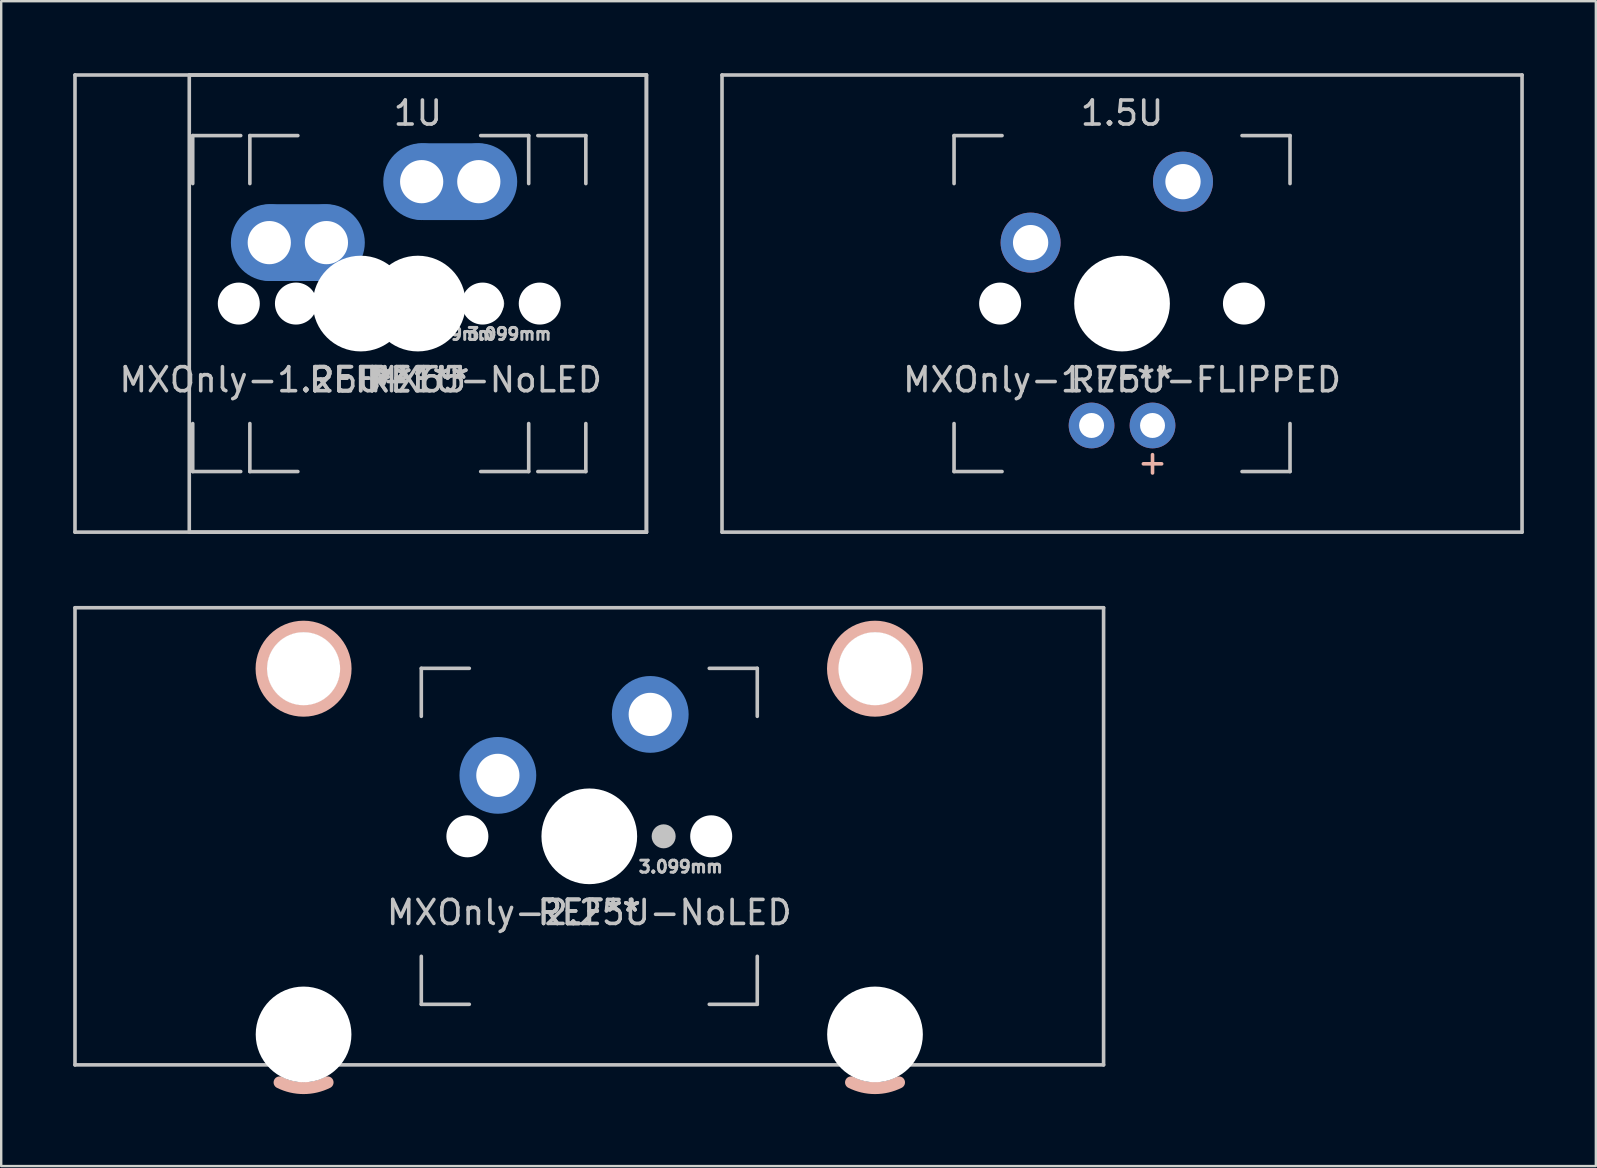
<source format=kicad_pcb>
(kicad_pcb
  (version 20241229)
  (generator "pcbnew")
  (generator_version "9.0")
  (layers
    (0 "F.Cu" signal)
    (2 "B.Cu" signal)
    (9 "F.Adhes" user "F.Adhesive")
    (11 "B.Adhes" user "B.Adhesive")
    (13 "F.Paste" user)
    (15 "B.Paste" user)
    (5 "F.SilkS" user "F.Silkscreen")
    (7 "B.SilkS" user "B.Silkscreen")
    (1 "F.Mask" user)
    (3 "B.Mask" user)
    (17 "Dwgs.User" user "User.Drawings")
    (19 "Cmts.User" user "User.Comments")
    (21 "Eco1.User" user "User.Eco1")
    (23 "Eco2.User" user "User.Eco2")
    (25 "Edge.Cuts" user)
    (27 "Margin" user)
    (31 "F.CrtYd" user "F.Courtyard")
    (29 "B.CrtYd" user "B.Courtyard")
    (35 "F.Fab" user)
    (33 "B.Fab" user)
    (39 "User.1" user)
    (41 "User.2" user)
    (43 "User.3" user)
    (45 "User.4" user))
  (footprint "MXOnly-1.75U-FLIPPED"
    (layer "F.Cu")
    (at 43.706 9.6)
    (property "Reference" "MXOnly-1.75U-FLIPPED" (at 0 3.175 0) (layer "Dwgs.User") (effects (font (size 1 1) (thickness 0.15))))
    (attr through_hole)
    (fp_line (start -16.669 -9.525) (end 16.669 -9.525) (stroke (width 0.15) (type solid)) (layer "Dwgs.User"))
    (fp_line (start -16.669 9.525) (end -16.669 -9.525) (stroke (width 0.15) (type solid)) (layer "Dwgs.User"))
    (fp_line (start -16.669 9.525) (end 16.669 9.525) (stroke (width 0.15) (type solid)) (layer "Dwgs.User"))
    (fp_line (start -7 -7) (end -7 -5) (stroke (width 0.15) (type solid)) (layer "Dwgs.User"))
    (fp_line (start -7 5) (end -7 7) (stroke (width 0.15) (type solid)) (layer "Dwgs.User"))
    (fp_line (start -7 7) (end -5 7) (stroke (width 0.15) (type solid)) (layer "Dwgs.User"))
    (fp_line (start -5 -7) (end -7 -7) (stroke (width 0.15) (type solid)) (layer "Dwgs.User"))
    (fp_line (start 5 -7) (end 7 -7) (stroke (width 0.15) (type solid)) (layer "Dwgs.User"))
    (fp_line (start 5 7) (end 7 7) (stroke (width 0.15) (type solid)) (layer "Dwgs.User"))
    (fp_line (start 7 -7) (end 7 -5) (stroke (width 0.15) (type solid)) (layer "Dwgs.User"))
    (fp_line (start 7 7) (end 7 5) (stroke (width 0.15) (type solid)) (layer "Dwgs.User"))
    (fp_line (start 16.669 -9.525) (end 16.669 9.525) (stroke (width 0.15) (type solid)) (layer "Dwgs.User"))
    (fp_text user "+" (at 1.27 6.604 0) (layer "B.SilkS") (effects (font (size 1 1) (thickness 0.15))))
    (fp_text user "1.5U" (at 0 -7.938 0) (layer "Dwgs.User") (effects (font (size 1 1) (thickness 0.15))))
    (fp_text user "REF**" (at 0 3.175 0) (layer "Dwgs.User") (effects (font (size 1 1) (thickness 0.15))))
    (pad "" np_thru_hole circle (at -5.08 0 48.1) (size 1.75 1.75) (drill 1.75) (layers "*.Cu" "*.Mask"))
    (pad "" np_thru_hole circle (at 0 0) (size 3.988 3.988) (drill 3.988) (layers "*.Cu" "*.Mask"))
    (pad "" np_thru_hole circle (at 5.08 0 48.1) (size 1.75 1.75) (drill 1.75) (layers "*.Cu" "*.Mask"))
    (pad "1" thru_hole circle (at -3.81 -2.54) (size 2.5 2.5) (drill 1.47) (layers "*.Cu" "B.Mask"))
    (pad "2" thru_hole circle (at 2.54 -5.08) (size 2.5 2.5) (drill 1.47) (layers "*.Cu" "B.Mask"))
    (pad "3" thru_hole circle (at 1.27 5.08) (size 1.905 1.905) (drill 1.04) (layers "*.Cu" "*.Mask"))
    (pad "4" thru_hole circle (at -1.27 5.08) (size 1.905 1.905) (drill 1.04) (layers "*.Cu" "*.Mask")))
  (footprint "MXOnly-1.25U-1U-NoLED"
    (layer "F.Cu")
    (at 11.981 9.6)
    (property "Reference" "MXOnly-1.25U-1U-NoLED" (at 0 3.175 0) (layer "Dwgs.User") (effects (font (size 1 1) (thickness 0.15))))
    (attr through_hole)
    (fp_line (start -11.906 -9.525) (end 11.906 -9.525) (stroke (width 0.15) (type solid)) (layer "Dwgs.User"))
    (fp_line (start -11.906 9.525) (end -11.906 -9.525) (stroke (width 0.15) (type solid)) (layer "Dwgs.User"))
    (fp_line (start -11.906 9.525) (end 11.906 9.525) (stroke (width 0.15) (type solid)) (layer "Dwgs.User"))
    (fp_line (start -7.144 -9.525) (end 11.906 -9.525) (stroke (width 0.15) (type solid)) (layer "Dwgs.User"))
    (fp_line (start -7.144 9.525) (end -7.144 -9.525) (stroke (width 0.15) (type solid)) (layer "Dwgs.User"))
    (fp_line (start -7 -7) (end -7 -5) (stroke (width 0.15) (type solid)) (layer "Dwgs.User"))
    (fp_line (start -7 5) (end -7 7) (stroke (width 0.15) (type solid)) (layer "Dwgs.User"))
    (fp_line (start -7 7) (end -5 7) (stroke (width 0.15) (type solid)) (layer "Dwgs.User"))
    (fp_line (start -5 -7) (end -7 -7) (stroke (width 0.15) (type solid)) (layer "Dwgs.User"))
    (fp_line (start -4.619 -7) (end -4.619 -5) (stroke (width 0.15) (type solid)) (layer "Dwgs.User"))
    (fp_line (start -4.619 5) (end -4.619 7) (stroke (width 0.15) (type solid)) (layer "Dwgs.User"))
    (fp_line (start -4.619 7) (end -2.619 7) (stroke (width 0.15) (type solid)) (layer "Dwgs.User"))
    (fp_line (start -2.619 -7) (end -4.619 -7) (stroke (width 0.15) (type solid)) (layer "Dwgs.User"))
    (fp_line (start 5 -7) (end 7 -7) (stroke (width 0.15) (type solid)) (layer "Dwgs.User"))
    (fp_line (start 5 7) (end 7 7) (stroke (width 0.15) (type solid)) (layer "Dwgs.User"))
    (fp_line (start 7 -7) (end 7 -5) (stroke (width 0.15) (type solid)) (layer "Dwgs.User"))
    (fp_line (start 7 7) (end 7 5) (stroke (width 0.15) (type solid)) (layer "Dwgs.User"))
    (fp_line (start 7.381 -7) (end 9.381 -7) (stroke (width 0.15) (type solid)) (layer "Dwgs.User"))
    (fp_line (start 7.381 7) (end 9.381 7) (stroke (width 0.15) (type solid)) (layer "Dwgs.User"))
    (fp_line (start 9.381 -7) (end 9.381 -5) (stroke (width 0.15) (type solid)) (layer "Dwgs.User"))
    (fp_line (start 9.381 7) (end 9.381 5) (stroke (width 0.15) (type solid)) (layer "Dwgs.User"))
    (fp_line (start 11.906 -9.525) (end 11.906 9.525) (stroke (width 0.15) (type solid)) (layer "Dwgs.User"))
    (fp_line (start 11.906 -9.525) (end 11.906 9.525) (stroke (width 0.15) (type solid)) (layer "Dwgs.User"))
    (fp_line (start 11.906 9.525) (end -7.144 9.525) (stroke (width 0.15) (type solid)) (layer "Dwgs.User"))
    (fp_text user "MX65" (at 2.381 3.175 180) (layer "Dwgs.User") (effects (font (size 1 1) (thickness 0.15))))
    (fp_text user "3.099mm" (at 6.191 1.27 180) (layer "Dwgs.User") (effects (font (size 0.5 0.5) (thickness 0.125))))
    (fp_text user "REF**" (at 0 3.175 0) (layer "Dwgs.User") (effects (font (size 1 1) (thickness 0.15))))
    (fp_text user "REF**" (at 0 3.175 0) (layer "Dwgs.User") (effects (font (size 1 1) (thickness 0.15))))
    (fp_text user "REF**" (at 2.381 3.175 180) (layer "Dwgs.User") (effects (font (size 1 1) (thickness 0.15))))
    (fp_text user "1U" (at 2.381 -7.938 180) (layer "Dwgs.User") (effects (font (size 1 1) (thickness 0.15))))
    (fp_text user "REF**" (at 2.381 3.175 180) (layer "Dwgs.User") (effects (font (size 1 1) (thickness 0.15))))
    (fp_text user "3.099mm" (at 3.81 1.27 0) (layer "Dwgs.User") (effects (font (size 0.5 0.5) (thickness 0.125))))
    (pad "" np_thru_hole circle (at -5.08 0 48.1) (size 1.75 1.75) (drill 1.75) (layers "*.Cu" "*.Mask"))
    (pad "" smd circle (at -3.81 -2.54) (size 2.8 2.8) (layers "B.Mask"))
    (pad "" np_thru_hole circle (at -2.699 0 48.1) (size 1.75 1.75) (drill 1.75) (layers "*.Cu" "*.Mask"))
    (pad "" smd circle (at -1.429 -2.54) (size 2.8 2.8) (layers "B.Mask"))
    (pad "" np_thru_hole circle (at 0 0) (size 3.988 3.988) (drill 3.988) (layers "*.Cu" "*.Mask"))
    (pad "" np_thru_hole circle (at 2.381 0) (size 3.988 3.988) (drill 3.988) (layers "*.Cu" "*.Mask"))
    (pad "" smd circle (at 2.54 -5.08) (size 2.8 2.8) (layers "B.Mask"))
    (pad "" smd circle (at 3.099 0) (size 1 1) (layers "Dwgs.User"))
    (pad "" smd circle (at 4.921 -5.08) (size 2.8 2.8) (layers "B.Mask"))
    (pad "" np_thru_hole circle (at 5.08 0 48.1) (size 1.75 1.75) (drill 1.75) (layers "*.Cu" "*.Mask"))
    (pad "" smd circle (at 5.48 0) (size 1 1) (layers "Dwgs.User"))
    (pad "" np_thru_hole circle (at 7.461 0 48.1) (size 1.75 1.75) (drill 1.75) (layers "*.Cu" "*.Mask"))
    (pad "1" thru_hole circle (at -3.81 -2.54) (size 2.4 2.4) (drill 1.8) (layers "*.Cu"))
    (pad "1" smd circle (at -3.81 -2.54) (size 3.2 3.2) (layers "B.Cu"))
    (pad "1" smd oval (at -2.619 -2.54) (size 5.4 3.2) (layers "B.Cu"))
    (pad "1" thru_hole circle (at -1.429 -2.54) (size 2.4 2.4) (drill 1.8) (layers "*.Cu"))
    (pad "1" smd circle (at -1.429 -2.54) (size 3.2 3.2) (layers "B.Cu"))
    (pad "2" thru_hole circle (at 2.54 -5.08) (size 2.4 2.4) (drill 1.8) (layers "*.Cu"))
    (pad "2" smd circle (at 2.54 -5.08) (size 3.2 3.2) (layers "B.Cu"))
    (pad "2" smd oval (at 3.731 -5.08) (size 5.4 3.2) (layers "B.Cu"))
    (pad "2" thru_hole circle (at 4.921 -5.08) (size 2.4 2.4) (drill 1.8) (layers "*.Cu"))
    (pad "2" smd circle (at 4.921 -5.08) (size 3.2 3.2) (layers "B.Cu")))
  (footprint "MXOnly-2.25U-NoLED"
    (layer "F.Cu")
    (at 21.506 31.8)
    (property "Reference" "MXOnly-2.25U-NoLED" (at 0 3.175 0) (layer "Dwgs.User") (effects (font (size 1 1) (thickness 0.15))))
    (attr through_hole)
    (fp_arc (start -10.90625 10.255) (mid -11.905663 10.491068) (end -12.905199 10.255525) (stroke (width 0.5) (type solid)) (layer "B.SilkS"))
    (fp_arc (start 12.90625 10.255) (mid 11.906837 10.491068) (end 10.907301 10.255525) (stroke (width 0.5) (type solid)) (layer "B.SilkS"))
    (fp_circle (center -11.906 -6.985) (end -10.156 -6.985) (stroke (width 0.5) (type solid)) (fill no) (layer "B.SilkS"))
    (fp_circle (center 11.906 -6.985) (end 13.656 -6.985) (stroke (width 0.5) (type solid)) (fill no) (layer "B.SilkS"))
    (fp_line (start -21.431 -9.525) (end 21.431 -9.525) (stroke (width 0.15) (type solid)) (layer "Dwgs.User"))
    (fp_line (start -21.431 9.525) (end -21.431 -9.525) (stroke (width 0.15) (type solid)) (layer "Dwgs.User"))
    (fp_line (start -21.431 9.525) (end 21.431 9.525) (stroke (width 0.15) (type solid)) (layer "Dwgs.User"))
    (fp_line (start -7 -7) (end -7 -5) (stroke (width 0.15) (type solid)) (layer "Dwgs.User"))
    (fp_line (start -7 5) (end -7 7) (stroke (width 0.15) (type solid)) (layer "Dwgs.User"))
    (fp_line (start -7 7) (end -5 7) (stroke (width 0.15) (type solid)) (layer "Dwgs.User"))
    (fp_line (start -5 -7) (end -7 -7) (stroke (width 0.15) (type solid)) (layer "Dwgs.User"))
    (fp_line (start 5 -7) (end 7 -7) (stroke (width 0.15) (type solid)) (layer "Dwgs.User"))
    (fp_line (start 5 7) (end 7 7) (stroke (width 0.15) (type solid)) (layer "Dwgs.User"))
    (fp_line (start 7 -7) (end 7 -5) (stroke (width 0.15) (type solid)) (layer "Dwgs.User"))
    (fp_line (start 7 7) (end 7 5) (stroke (width 0.15) (type solid)) (layer "Dwgs.User"))
    (fp_line (start 21.431 -9.525) (end 21.431 9.525) (stroke (width 0.15) (type solid)) (layer "Dwgs.User"))
    (fp_text user "REF**" (at 0 3.175 0) (layer "Dwgs.User") (effects (font (size 1 1) (thickness 0.15))))
    (fp_text user "3.099mm" (at 3.81 1.27 0) (layer "Dwgs.User") (effects (font (size 0.5 0.5) (thickness 0.125))))
    (fp_text user "REF**" (at 0 3.175 0) (layer "Dwgs.User") (effects (font (size 1 1) (thickness 0.15))))
    (fp_text user "REF**" (at 0 3.175 0) (layer "Dwgs.User") (effects (font (size 1 1) (thickness 0.15))))
    (pad "" np_thru_hole circle (at -11.906 -6.985) (size 3.048 3.048) (drill 3.048) (layers "*.Cu" "*.Mask"))
    (pad "" np_thru_hole circle (at -11.906 8.255) (size 3.988 3.988) (drill 3.988) (layers "*.Cu" "*.Mask"))
    (pad "" np_thru_hole circle (at -5.08 0 48.1) (size 1.75 1.75) (drill 1.75) (layers "*.Cu" "*.Mask"))
    (pad "" smd circle (at -3.81 -2.54) (size 2.8 2.8) (layers "B.Mask"))
    (pad "" np_thru_hole circle (at 0 0) (size 3.988 3.988) (drill 3.988) (layers "*.Cu" "*.Mask"))
    (pad "" smd circle (at 2.54 -5.08) (size 2.8 2.8) (layers "B.Mask"))
    (pad "" smd circle (at 3.099 0) (size 1 1) (layers "Dwgs.User"))
    (pad "" np_thru_hole circle (at 5.08 0 48.1) (size 1.75 1.75) (drill 1.75) (layers "*.Cu" "*.Mask"))
    (pad "" np_thru_hole circle (at 11.906 -6.985) (size 3.048 3.048) (drill 3.048) (layers "*.Cu" "*.Mask"))
    (pad "" np_thru_hole circle (at 11.906 8.255) (size 3.988 3.988) (drill 3.988) (layers "*.Cu" "*.Mask"))
    (pad "1" thru_hole circle (at -3.81 -2.54) (size 2.4 2.4) (drill 1.8) (layers "*.Cu"))
    (pad "1" smd circle (at -3.81 -2.54) (size 3.2 3.2) (layers "B.Cu"))
    (pad "2" thru_hole circle (at 2.54 -5.08) (size 2.4 2.4) (drill 1.8) (layers "*.Cu"))
    (pad "2" smd circle (at 2.54 -5.08) (size 3.2 3.2) (layers "B.Cu")))
  (gr_rect
    (start -3 -3)
    (end 63.45 45.541)
    (stroke (width 0.1) (type default))
    (fill no)
    (layer "Edge.Cuts")))
</source>
